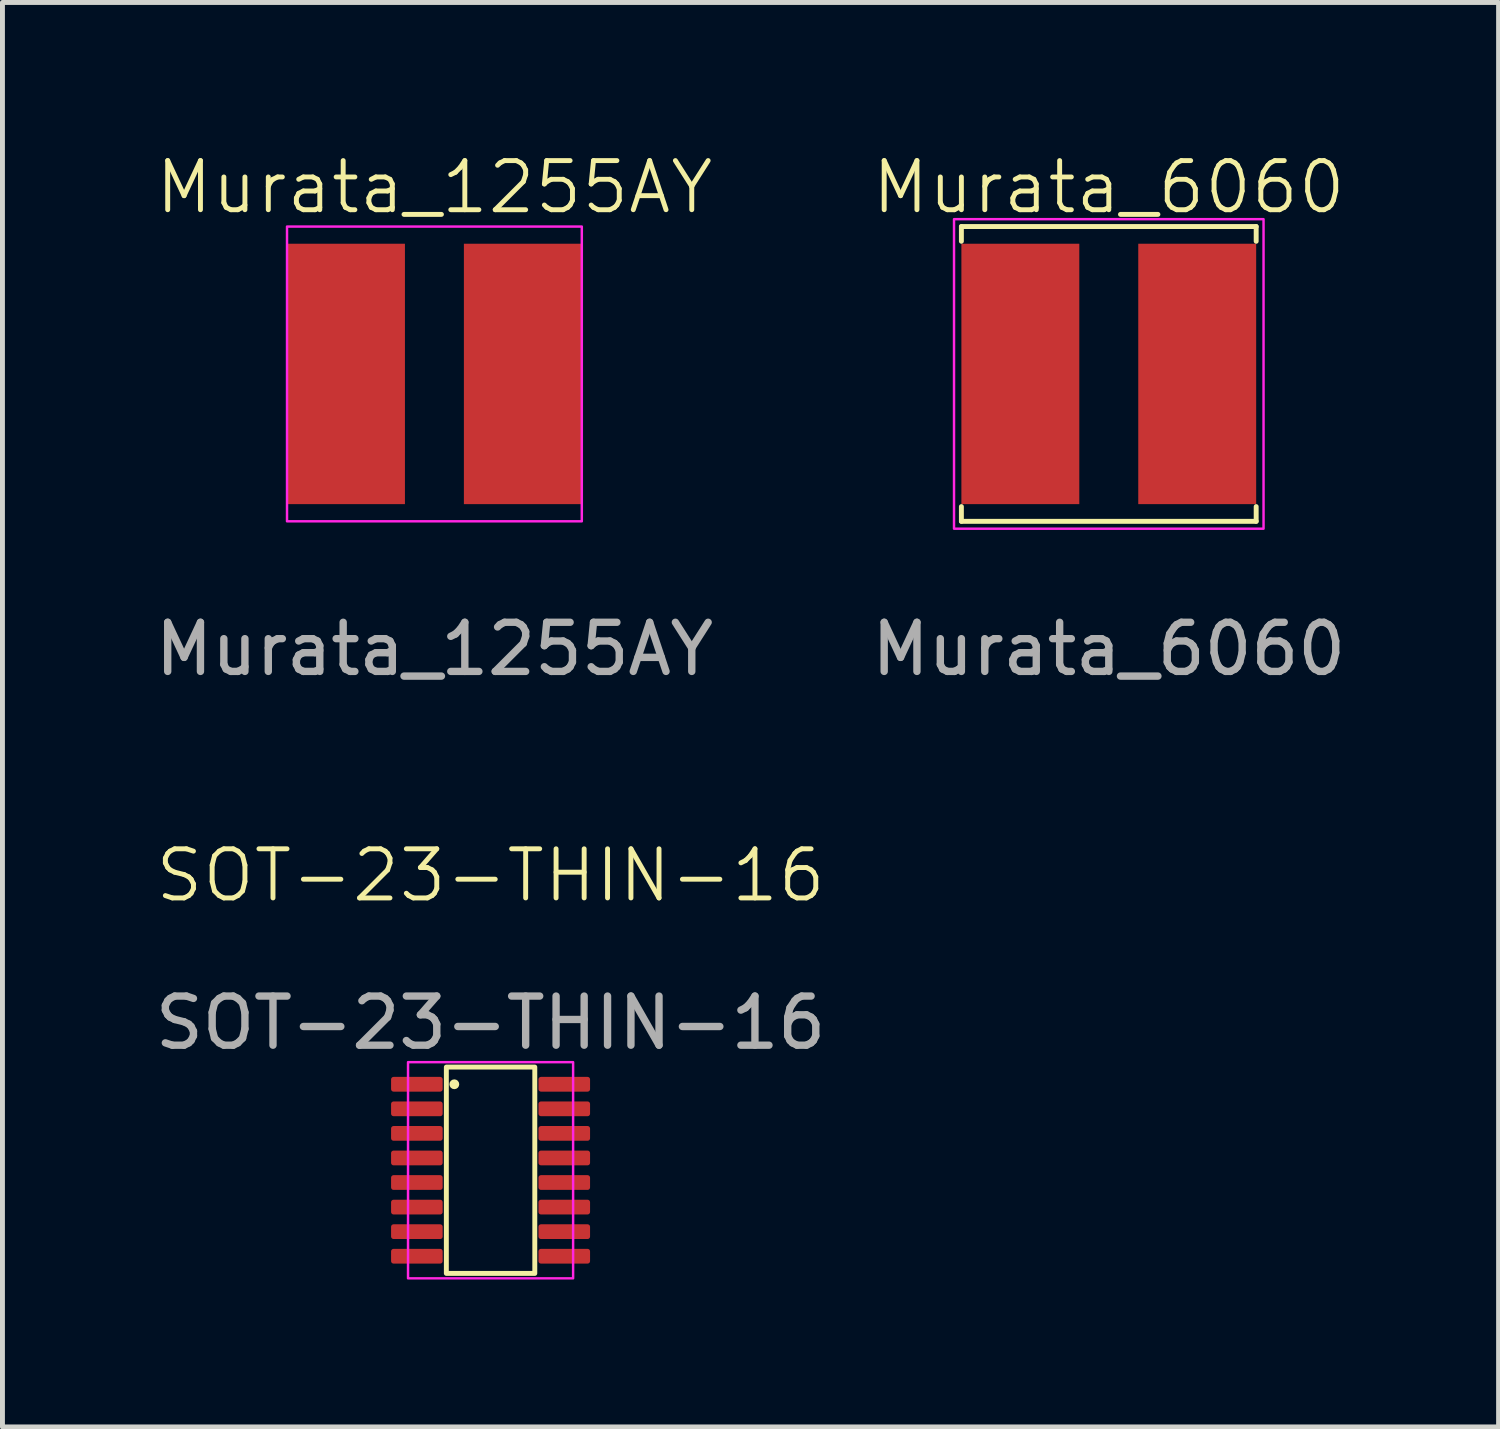
<source format=kicad_pcb>
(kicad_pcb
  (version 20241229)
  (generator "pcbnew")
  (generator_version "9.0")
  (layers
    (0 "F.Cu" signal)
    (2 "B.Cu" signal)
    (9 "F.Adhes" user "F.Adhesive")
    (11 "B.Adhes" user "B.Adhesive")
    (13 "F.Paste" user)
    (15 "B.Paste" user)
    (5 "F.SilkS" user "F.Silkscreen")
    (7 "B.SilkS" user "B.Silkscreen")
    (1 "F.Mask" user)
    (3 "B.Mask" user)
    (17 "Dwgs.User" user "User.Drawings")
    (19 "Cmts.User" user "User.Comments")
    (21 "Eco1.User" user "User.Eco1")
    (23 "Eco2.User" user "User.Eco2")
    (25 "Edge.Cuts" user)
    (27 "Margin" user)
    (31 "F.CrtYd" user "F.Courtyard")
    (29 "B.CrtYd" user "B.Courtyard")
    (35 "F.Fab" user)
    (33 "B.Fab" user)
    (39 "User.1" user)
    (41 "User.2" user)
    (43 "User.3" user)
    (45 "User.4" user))
  (footprint "Murata_6060"
    (layer "F.Cu")
    (at 19.518 4.561)
    (property "Reference" "Murata_6060" (at 0 -3.8 0) (unlocked yes) (layer "F.SilkS") (effects (font (size 1 1) (thickness 0.1))))
    (attr smd)
    (fp_line (start -3 -3) (end 3 -3) (stroke (width 0.1) (type default)) (layer "F.SilkS"))
    (fp_line (start -3 -2.7) (end -3 -3) (stroke (width 0.1) (type default)) (layer "F.SilkS"))
    (fp_line (start -3 3) (end -3 2.7) (stroke (width 0.1) (type default)) (layer "F.SilkS"))
    (fp_line (start 3 -3) (end 3 -2.7) (stroke (width 0.1) (type default)) (layer "F.SilkS"))
    (fp_line (start 3 2.7) (end 3 3) (stroke (width 0.1) (type default)) (layer "F.SilkS"))
    (fp_line (start 3 3) (end -3 3) (stroke (width 0.1) (type default)) (layer "F.SilkS"))
    (fp_rect (start -3.15 -3.15) (end 3.15 3.15) (stroke (width 0.05) (type default)) (fill no) (layer "F.CrtYd"))
    (fp_text user "${REFERENCE}" (at 0 5.6 0) (unlocked yes) (layer "F.Fab") (effects (font (size 1 1) (thickness 0.15))))
    (pad "1" smd rect (at -1.8 0) (size 2.4 5.3) (layers "F.Cu" "F.Mask" "F.Paste"))
    (pad "2" smd rect (at 1.8 0) (size 2.4 5.3) (layers "F.Cu" "F.Mask" "F.Paste")))
  (footprint "SOT-23-THIN-16"
    (layer "F.Cu")
    (at 6.935 20.769)
    (property "Reference" "SOT-23-THIN-16" (at 0 -6 0) (unlocked yes) (layer "F.SilkS") (effects (font (size 1 1) (thickness 0.1))))
    (attr smd)
    (fp_rect (start -0.9 -2.1) (end 0.9 2.1) (stroke (width 0.1) (type default)) (fill no) (layer "F.SilkS"))
    (fp_circle (center -0.738 -1.75) (end -0.738 -1.75) (stroke (width 0.1) (type default)) (fill no) (layer "F.SilkS"))
    (fp_rect (start -1.68 -2.2) (end 1.68 2.2) (stroke (width 0.05) (type default)) (fill no) (layer "F.CrtYd"))
    (fp_text user "${REFERENCE}" (at 0 -3 0) (unlocked yes) (layer "F.Fab") (effects (font (size 1 1) (thickness 0.15))))
    (pad "1" smd roundrect (at -1.5 -1.75) (size 1.05 0.3) (layers "F.Cu" "F.Mask" "F.Paste") (roundrect_rratio 0.167))
    (pad "2" smd roundrect (at -1.5 -1.25) (size 1.05 0.3) (layers "F.Cu" "F.Mask" "F.Paste") (roundrect_rratio 0.167))
    (pad "3" smd roundrect (at -1.5 -0.75) (size 1.05 0.3) (layers "F.Cu" "F.Mask" "F.Paste") (roundrect_rratio 0.167))
    (pad "4" smd roundrect (at -1.5 -0.25) (size 1.05 0.3) (layers "F.Cu" "F.Mask" "F.Paste") (roundrect_rratio 0.167))
    (pad "5" smd roundrect (at -1.5 0.25) (size 1.05 0.3) (layers "F.Cu" "F.Mask" "F.Paste") (roundrect_rratio 0.167))
    (pad "6" smd roundrect (at -1.5 0.75) (size 1.05 0.3) (layers "F.Cu" "F.Mask" "F.Paste") (roundrect_rratio 0.167))
    (pad "7" smd roundrect (at -1.5 1.25) (size 1.05 0.3) (layers "F.Cu" "F.Mask" "F.Paste") (roundrect_rratio 0.167))
    (pad "8" smd roundrect (at -1.5 1.75) (size 1.05 0.3) (layers "F.Cu" "F.Mask" "F.Paste") (roundrect_rratio 0.167))
    (pad "9" smd roundrect (at 1.5 1.75) (size 1.05 0.3) (layers "F.Cu" "F.Mask" "F.Paste") (roundrect_rratio 0.167))
    (pad "10" smd roundrect (at 1.5 1.25) (size 1.05 0.3) (layers "F.Cu" "F.Mask" "F.Paste") (roundrect_rratio 0.167))
    (pad "11" smd roundrect (at 1.5 0.75) (size 1.05 0.3) (layers "F.Cu" "F.Mask" "F.Paste") (roundrect_rratio 0.167))
    (pad "12" smd roundrect (at 1.5 0.25) (size 1.05 0.3) (layers "F.Cu" "F.Mask" "F.Paste") (roundrect_rratio 0.167))
    (pad "13" smd roundrect (at 1.5 -0.25) (size 1.05 0.3) (layers "F.Cu" "F.Mask" "F.Paste") (roundrect_rratio 0.167))
    (pad "14" smd roundrect (at 1.5 -0.75) (size 1.05 0.3) (layers "F.Cu" "F.Mask" "F.Paste") (roundrect_rratio 0.167))
    (pad "15" smd roundrect (at 1.5 -1.25) (size 1.05 0.3) (layers "F.Cu" "F.Mask" "F.Paste") (roundrect_rratio 0.167))
    (pad "16" smd roundrect (at 1.5 -1.75) (size 1.05 0.3) (layers "F.Cu" "F.Mask" "F.Paste") (roundrect_rratio 0.167)))
  (footprint "Murata_1255AY"
    (layer "F.Cu")
    (at 5.792 4.561)
    (property "Reference" "Murata_1255AY" (at 0 -3.8 0) (unlocked yes) (layer "F.SilkS") (effects (font (size 1 1) (thickness 0.1))))
    (attr smd)
    (fp_rect (start -3 -3) (end 3 3) (stroke (width 0.05) (type default)) (fill no) (layer "F.CrtYd"))
    (fp_text user "${REFERENCE}" (at 0 5.6 0) (unlocked yes) (layer "F.Fab") (effects (font (size 1 1) (thickness 0.15))))
    (pad "1" smd rect (at -1.8 0) (size 2.4 5.3) (layers "F.Cu" "F.Mask" "F.Paste"))
    (pad "2" smd rect (at 1.8 0) (size 2.4 5.3) (layers "F.Cu" "F.Mask" "F.Paste")))
  (gr_rect
    (start -3 -3)
    (end 27.452 25.994)
    (stroke (width 0.1) (type default))
    (fill no)
    (layer "Edge.Cuts")))
</source>
